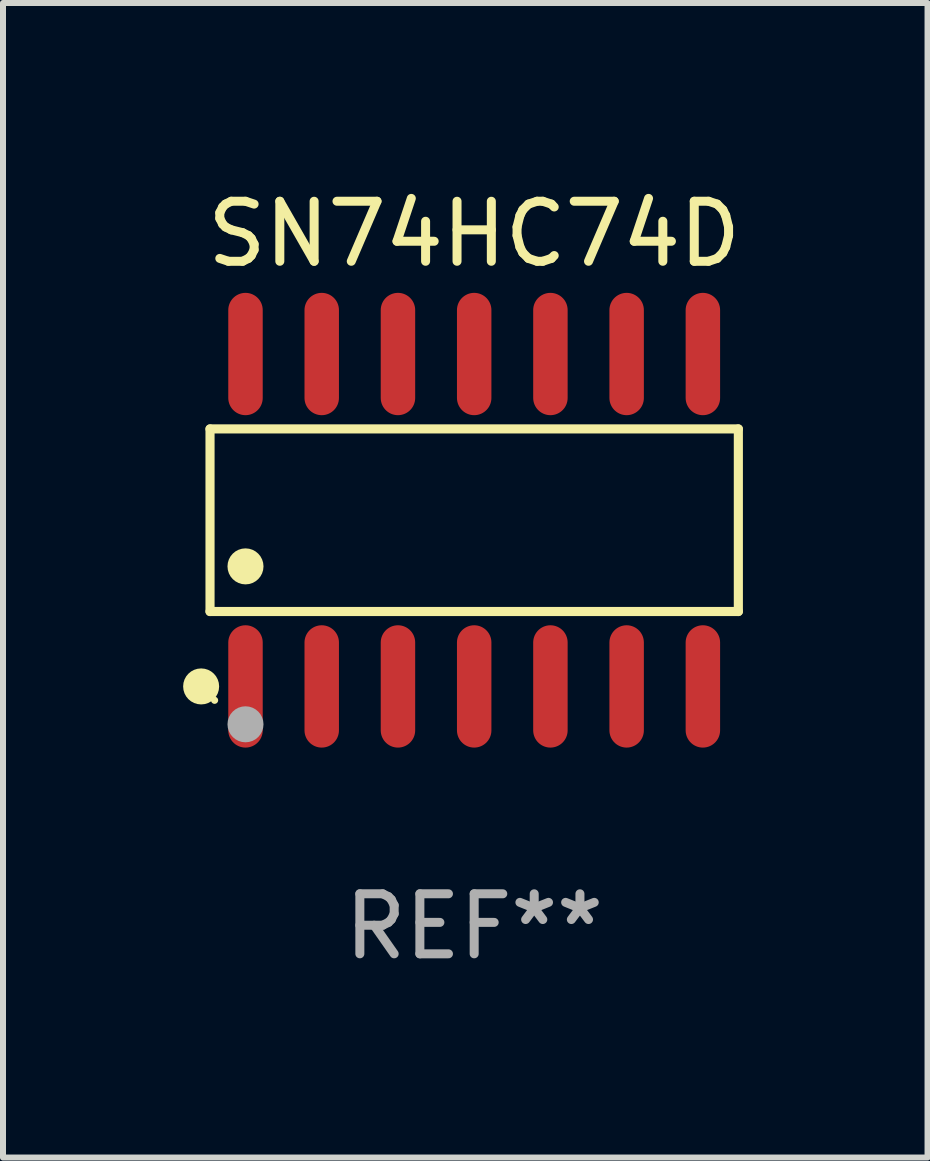
<source format=kicad_pcb>
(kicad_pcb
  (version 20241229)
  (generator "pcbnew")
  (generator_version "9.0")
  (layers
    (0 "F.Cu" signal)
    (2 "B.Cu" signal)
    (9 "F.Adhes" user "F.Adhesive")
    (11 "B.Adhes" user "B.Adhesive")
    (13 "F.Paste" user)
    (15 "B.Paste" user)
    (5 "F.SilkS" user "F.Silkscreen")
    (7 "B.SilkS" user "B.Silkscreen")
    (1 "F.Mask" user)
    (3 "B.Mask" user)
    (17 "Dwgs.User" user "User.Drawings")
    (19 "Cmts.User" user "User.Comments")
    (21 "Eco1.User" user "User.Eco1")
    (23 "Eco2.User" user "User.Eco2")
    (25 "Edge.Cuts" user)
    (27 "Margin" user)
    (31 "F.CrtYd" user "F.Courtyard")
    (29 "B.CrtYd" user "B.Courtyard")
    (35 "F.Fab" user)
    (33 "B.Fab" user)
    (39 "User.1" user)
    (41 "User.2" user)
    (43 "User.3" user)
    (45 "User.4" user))
  (footprint "SN74HC74D"
    (layer "F.Cu")
    (at 4.85 5.617)
    (property "Reference" "SN74HC74D" (at 0 -4.769 0) (layer "F.SilkS") (effects (font (size 1 1) (thickness 0.15))))
    (attr through_hole)
    (fp_line (start -4.401 -1.521) (end 4.401 -1.521) (stroke (width 0.152) (type solid)) (layer "F.SilkS"))
    (fp_line (start -4.401 1.521) (end -4.401 -1.521) (stroke (width 0.152) (type solid)) (layer "F.SilkS"))
    (fp_line (start 4.401 -1.521) (end 4.401 1.521) (stroke (width 0.152) (type solid)) (layer "F.SilkS"))
    (fp_line (start 4.401 1.521) (end -4.401 1.521) (stroke (width 0.152) (type solid)) (layer "F.SilkS"))
    (fp_circle (center -4.549 2.769) (end -4.399 2.769) (stroke (width 0.3) (type solid)) (fill no) (layer "F.SilkS"))
    (fp_circle (center -4.325 3) (end -4.295 3) (stroke (width 0.06) (type solid)) (fill no) (layer "F.SilkS"))
    (fp_circle (center -3.81 0.769) (end -3.66 0.769) (stroke (width 0.3) (type solid)) (fill no) (layer "F.SilkS"))
    (fp_circle (center -3.81 3.4) (end -3.66 3.4) (stroke (width 0.3) (type solid)) (fill no) (layer "F.Fab"))
    (fp_text user "REF**" (at 0 6.769 0) (layer "F.Fab") (effects (font (size 1 1) (thickness 0.15))))
    (pad "1" smd oval (at -3.81 2.769) (size 0.574 2.038) (layers "F.Cu" "F.Mask" "F.Paste"))
    (pad "2" smd oval (at -2.54 2.769) (size 0.574 2.038) (layers "F.Cu" "F.Mask" "F.Paste"))
    (pad "3" smd oval (at -1.27 2.769) (size 0.574 2.038) (layers "F.Cu" "F.Mask" "F.Paste"))
    (pad "4" smd oval (at 0 2.769) (size 0.574 2.038) (layers "F.Cu" "F.Mask" "F.Paste"))
    (pad "5" smd oval (at 1.27 2.769) (size 0.574 2.038) (layers "F.Cu" "F.Mask" "F.Paste"))
    (pad "6" smd oval (at 2.54 2.769) (size 0.574 2.038) (layers "F.Cu" "F.Mask" "F.Paste"))
    (pad "7" smd oval (at 3.81 2.769) (size 0.574 2.038) (layers "F.Cu" "F.Mask" "F.Paste"))
    (pad "8" smd oval (at 3.81 -2.769) (size 0.574 2.038) (layers "F.Cu" "F.Mask" "F.Paste"))
    (pad "9" smd oval (at 2.54 -2.769) (size 0.574 2.038) (layers "F.Cu" "F.Mask" "F.Paste"))
    (pad "10" smd oval (at 1.27 -2.769) (size 0.574 2.038) (layers "F.Cu" "F.Mask" "F.Paste"))
    (pad "11" smd oval (at 0 -2.769) (size 0.574 2.038) (layers "F.Cu" "F.Mask" "F.Paste"))
    (pad "12" smd oval (at -1.27 -2.769) (size 0.574 2.038) (layers "F.Cu" "F.Mask" "F.Paste"))
    (pad "13" smd oval (at -2.54 -2.769) (size 0.574 2.038) (layers "F.Cu" "F.Mask" "F.Paste"))
    (pad "14" smd oval (at -3.81 -2.769) (size 0.574 2.038) (layers "F.Cu" "F.Mask" "F.Paste")))
  (gr_rect
    (start -3 -3)
    (end 12.403 16.235)
    (stroke (width 0.1) (type default))
    (fill no)
    (layer "Edge.Cuts")))
</source>
